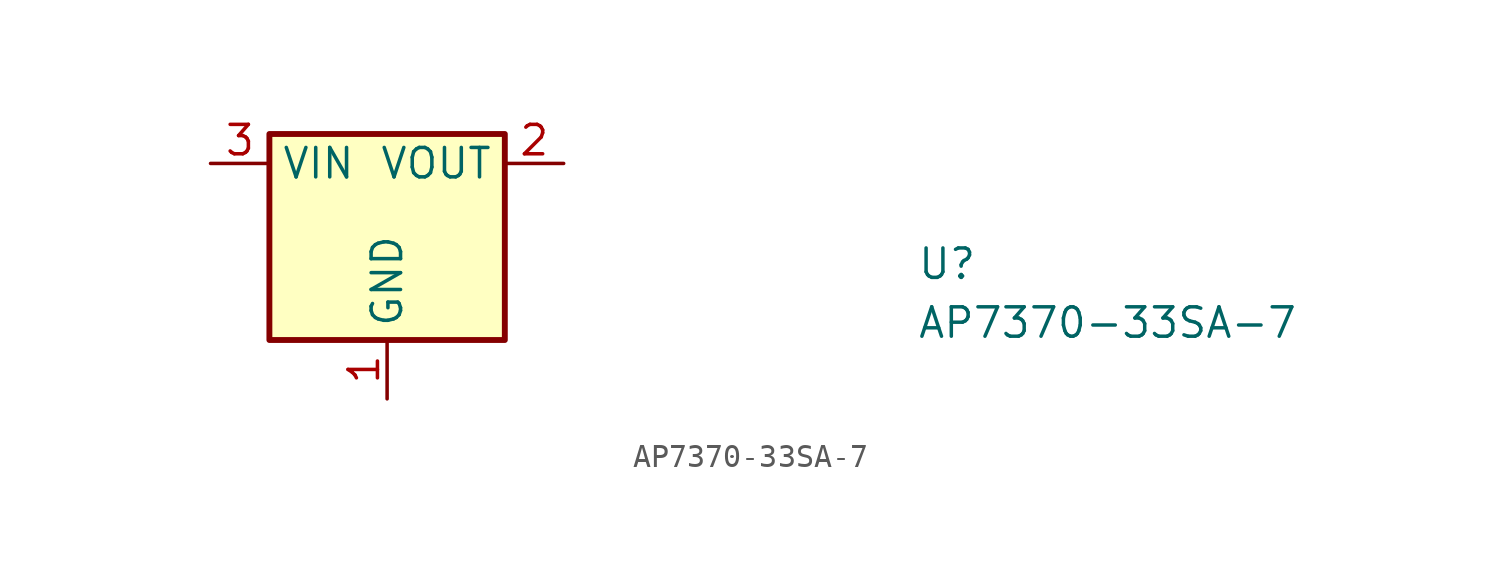
<source format=kicad_sym>
(kicad_symbol_lib
  (version 20211014)
  (generator kicad_symbol_editor)
  (symbol "AP7370-33SA-7"
    (property "Reference" "U"
      (at 30.48 -5.08 0)
      (effects (font (size 1.27 1.27) (thickness 0.15)) (justify left bottom)))
    (property "Value" "AP7370-33SA-7"
      (at 30.48 -7.62 0)
      (effects (font (size 1.27 1.27) (thickness 0.15)) (justify left bottom)))
    (symbol "AP7370-33SA-7_1_1"
      (rectangle (start 2.54 1.27) (end 12.7 -7.62) (stroke (width 0.254) (type default) (color 0 0 0 0)) (fill (type background)))
      (pin power_in line (at 7.62 -10.16 90) (length 2.54) (name "GND" (effects (font (size 1.27 1.27)))) (number "1" (effects (font (size 1.27 1.27)))))
      (pin power_out line (at 15.24 0 180) (length 2.54) (name "VOUT" (effects (font (size 1.27 1.27)))) (number "2" (effects (font (size 1.27 1.27)))))
      (pin power_in line (at 0 0 0) (length 2.54) (name "VIN" (effects (font (size 1.27 1.27)))) (number "3" (effects (font (size 1.27 1.27))))))))
</source>
